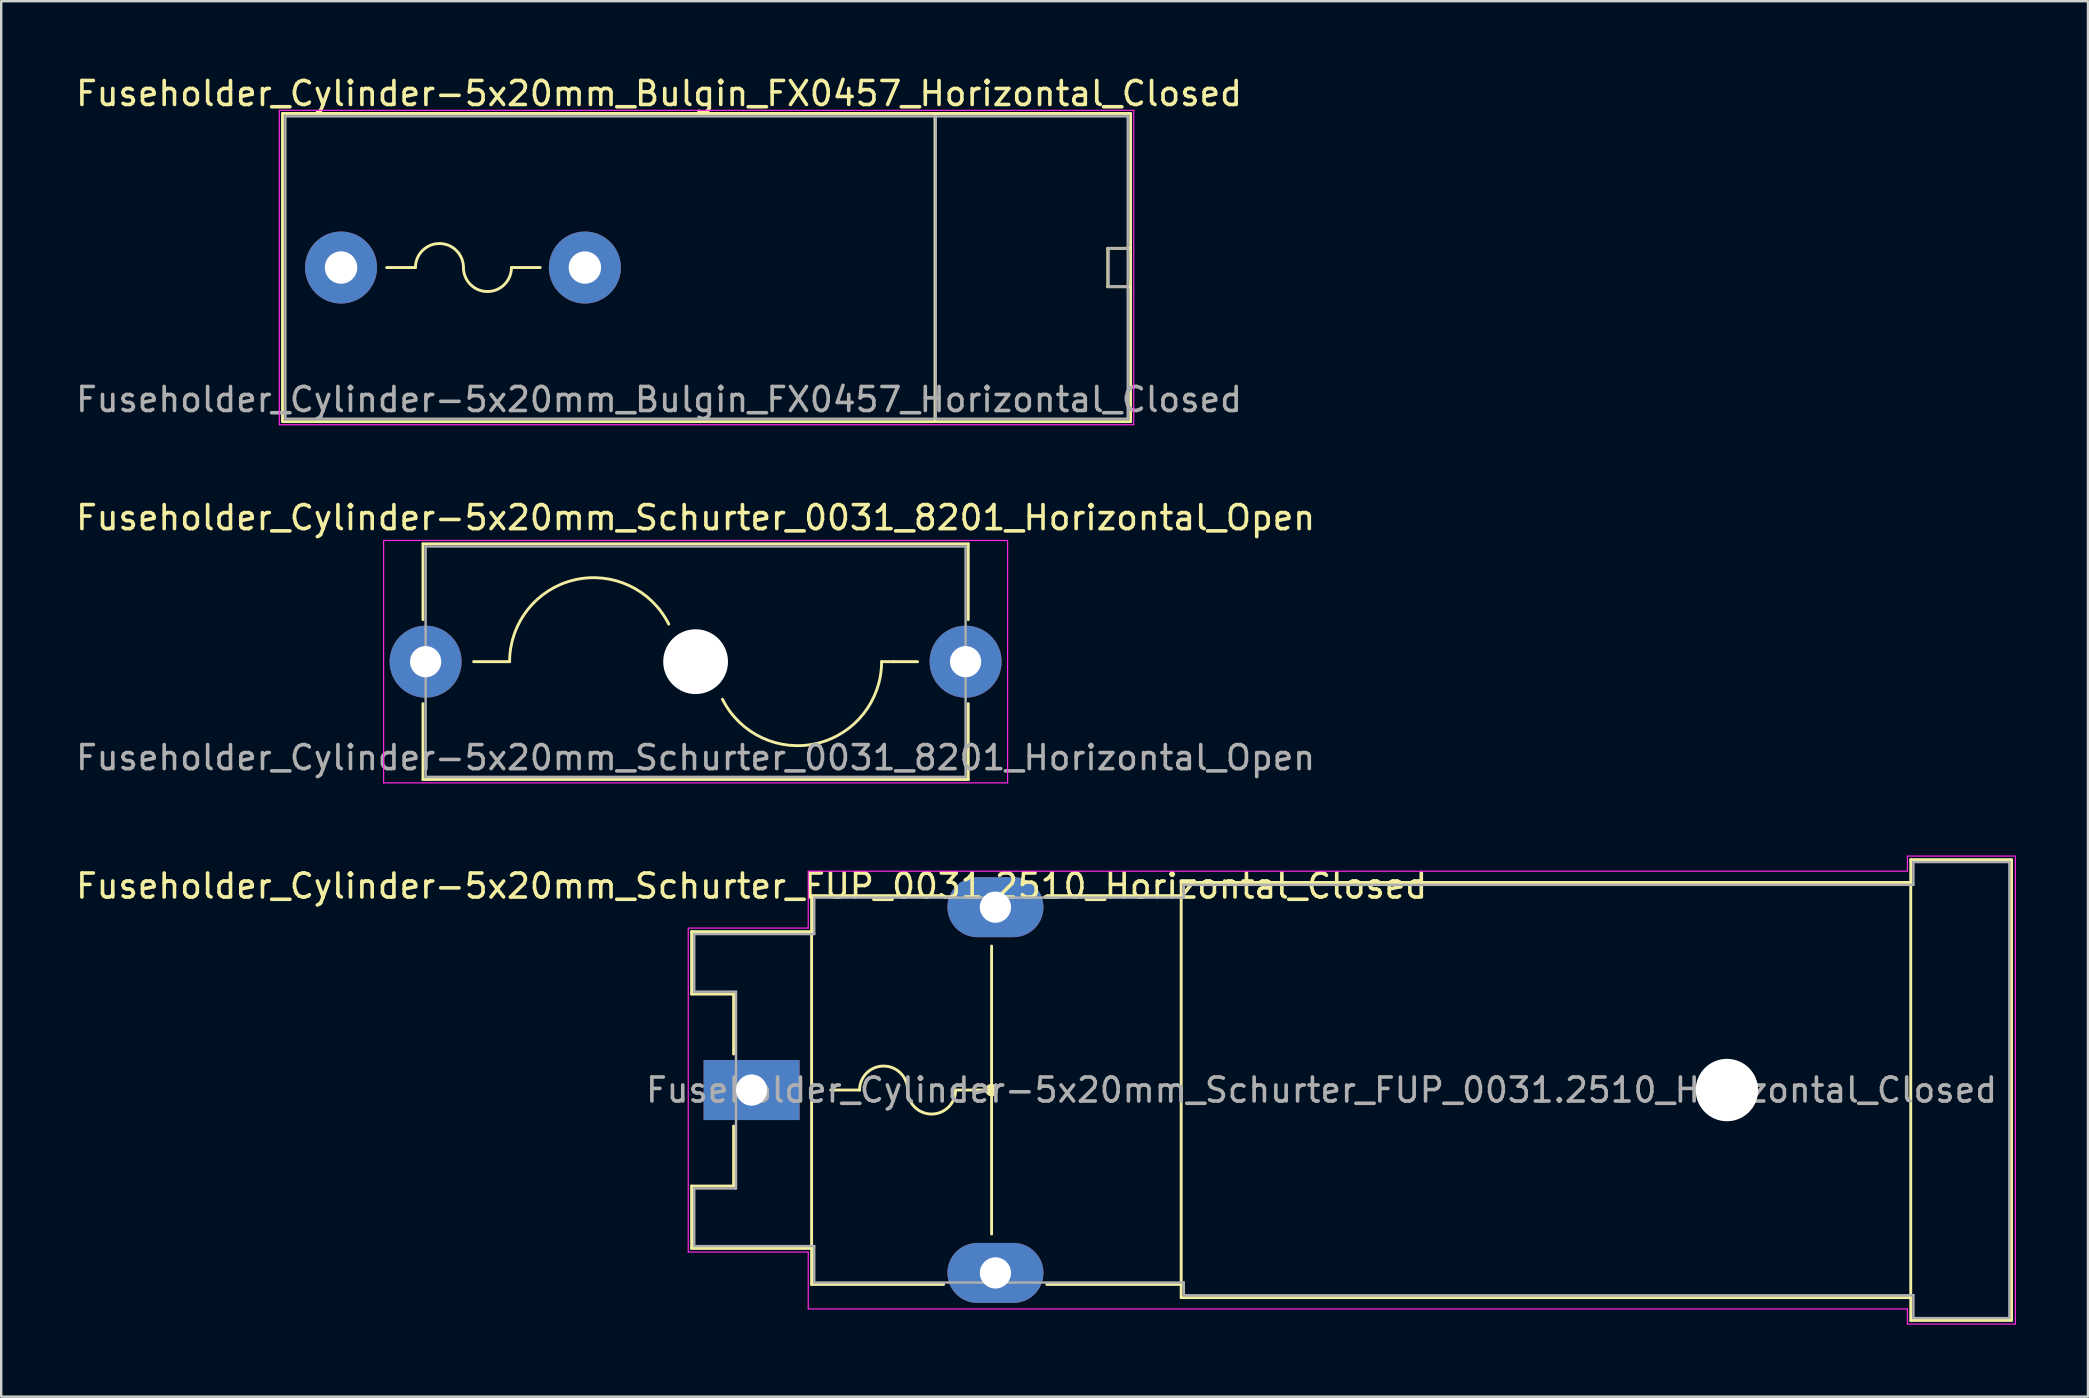
<source format=kicad_pcb>
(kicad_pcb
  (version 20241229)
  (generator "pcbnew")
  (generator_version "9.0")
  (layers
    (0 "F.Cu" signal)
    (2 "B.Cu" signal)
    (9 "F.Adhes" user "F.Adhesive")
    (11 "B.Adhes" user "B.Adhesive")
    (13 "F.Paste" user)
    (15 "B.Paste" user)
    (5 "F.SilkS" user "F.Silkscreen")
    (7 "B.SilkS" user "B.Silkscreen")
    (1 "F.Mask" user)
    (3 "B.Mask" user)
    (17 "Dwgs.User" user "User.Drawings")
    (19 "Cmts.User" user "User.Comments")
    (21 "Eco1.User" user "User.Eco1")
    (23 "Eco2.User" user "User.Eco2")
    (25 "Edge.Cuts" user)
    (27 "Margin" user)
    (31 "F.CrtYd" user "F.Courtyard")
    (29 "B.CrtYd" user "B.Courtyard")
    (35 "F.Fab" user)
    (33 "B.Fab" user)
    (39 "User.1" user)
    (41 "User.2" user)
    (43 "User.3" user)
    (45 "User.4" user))
  (footprint "Fuseholder_Cylinder-5x20mm_Schurter_0031_8201_Horizontal_Open"
    (layer "F.Cu")
    (at 14.685 24.521)
    (property "Reference" "Fuseholder_Cylinder-5x20mm_Schurter_0031_8201_Horizontal_Open" (at 11.25 -6 0) (layer "F.SilkS") (effects (font (size 1 1) (thickness 0.15))))
    (fp_line (start -0.11 -4.91) (end 22.61 -4.91) (stroke (width 0.12) (type solid)) (layer "F.SilkS"))
    (fp_line (start -0.11 -1.75) (end -0.11 -4.91) (stroke (width 0.12) (type solid)) (layer "F.SilkS"))
    (fp_line (start -0.11 4.91) (end -0.11 1.75) (stroke (width 0.12) (type solid)) (layer "F.SilkS"))
    (fp_line (start -0.11 4.91) (end 22.61 4.91) (stroke (width 0.12) (type solid)) (layer "F.SilkS"))
    (fp_line (start 2 0) (end 3.5 0) (stroke (width 0.12) (type solid)) (layer "F.SilkS"))
    (fp_line (start 19.5 0) (end 19 0) (stroke (width 0.12) (type solid)) (layer "F.SilkS"))
    (fp_line (start 20.5 0) (end 19.5 0) (stroke (width 0.12) (type solid)) (layer "F.SilkS"))
    (fp_line (start 22.61 -1.75) (end 22.61 -4.91) (stroke (width 0.12) (type solid)) (layer "F.SilkS"))
    (fp_line (start 22.61 4.91) (end 22.61 1.75) (stroke (width 0.12) (type solid)) (layer "F.SilkS"))
    (fp_arc (start 3.5 0) (mid 6.195865 -3.406371) (end 10.130495 -1.565248) (stroke (width 0.12) (type solid)) (layer "F.SilkS"))
    (fp_arc (start 19 0) (mid 16.304135 3.406371) (end 12.369505 1.565248) (stroke (width 0.12) (type solid)) (layer "F.SilkS"))
    (fp_line (start -1.75 -5.05) (end 24.25 -5.05) (stroke (width 0.05) (type solid)) (layer "F.CrtYd"))
    (fp_line (start -1.75 5.05) (end -1.75 -5.05) (stroke (width 0.05) (type solid)) (layer "F.CrtYd"))
    (fp_line (start 24.25 -5.05) (end 24.25 5.05) (stroke (width 0.05) (type solid)) (layer "F.CrtYd"))
    (fp_line (start 24.25 5.05) (end -1.75 5.05) (stroke (width 0.05) (type solid)) (layer "F.CrtYd"))
    (fp_line (start 0 -4.8) (end 0 4.8) (stroke (width 0.1) (type solid)) (layer "F.Fab"))
    (fp_line (start 0 4.8) (end 22.5 4.8) (stroke (width 0.1) (type solid)) (layer "F.Fab"))
    (fp_line (start 22.5 -4.8) (end 0 -4.8) (stroke (width 0.1) (type solid)) (layer "F.Fab"))
    (fp_line (start 22.5 4.8) (end 22.5 -4.8) (stroke (width 0.1) (type solid)) (layer "F.Fab"))
    (fp_text user "${REFERENCE}" (at 11.25 4 0) (layer "F.Fab") (effects (font (size 1 1) (thickness 0.15))))
    (pad "" np_thru_hole circle (at 11.25 0) (size 2.7 2.7) (drill 2.7) (layers "*.Cu" "*.Mask"))
    (pad "1" thru_hole circle (at 0 0) (size 3 3) (drill 1.3) (layers "*.Cu" "*.Mask"))
    (pad "2" thru_hole circle (at 22.5 0) (size 3 3) (drill 1.3) (layers "*.Cu" "*.Mask")))
  (footprint "Fuseholder_Cylinder-5x20mm_Bulgin_FX0457_Horizontal_Closed"
    (layer "F.Cu")
    (at 11.161 8.098)
    (property "Reference" "Fuseholder_Cylinder-5x20mm_Bulgin_FX0457_Horizontal_Closed" (at 13.25 -7.25 0) (layer "F.SilkS") (effects (font (size 1 1) (thickness 0.15))))
    (fp_line (start -2.44 -6.42) (end -2.44 6.42) (stroke (width 0.12) (type solid)) (layer "F.SilkS"))
    (fp_line (start -2.44 -6.42) (end 32.9 -6.42) (stroke (width 0.12) (type solid)) (layer "F.SilkS"))
    (fp_line (start 3.1 0) (end 1.9 0) (stroke (width 0.12) (type solid)) (layer "F.SilkS"))
    (fp_line (start 8.3 0) (end 7.1 0) (stroke (width 0.12) (type solid)) (layer "F.SilkS"))
    (fp_line (start 24.75 -6.4) (end 24.75 6.4) (stroke (width 0.12) (type solid)) (layer "F.SilkS"))
    (fp_line (start 31.95 -0.8) (end 31.95 0.8) (stroke (width 0.12) (type solid)) (layer "F.SilkS"))
    (fp_line (start 31.95 0.8) (end 32.85 0.8) (stroke (width 0.12) (type solid)) (layer "F.SilkS"))
    (fp_line (start 32.85 -0.8) (end 31.95 -0.8) (stroke (width 0.12) (type solid)) (layer "F.SilkS"))
    (fp_line (start 32.9 6.42) (end -2.44 6.42) (stroke (width 0.12) (type solid)) (layer "F.SilkS"))
    (fp_line (start 32.9 6.42) (end 32.9 -6.42) (stroke (width 0.12) (type solid)) (layer "F.SilkS"))
    (fp_arc (start 3.1 0) (mid 4.1 -1) (end 5.1 0) (stroke (width 0.12) (type solid)) (layer "F.SilkS"))
    (fp_arc (start 7.1 0) (mid 6.1 1) (end 5.1 0) (stroke (width 0.12) (type solid)) (layer "F.SilkS"))
    (fp_line (start -2.57 -6.55) (end -2.57 6.55) (stroke (width 0.05) (type solid)) (layer "F.CrtYd"))
    (fp_line (start -2.57 -6.55) (end 33.03 -6.55) (stroke (width 0.05) (type solid)) (layer "F.CrtYd"))
    (fp_line (start 33.03 6.55) (end -2.57 6.55) (stroke (width 0.05) (type solid)) (layer "F.CrtYd"))
    (fp_line (start 33.03 6.55) (end 33.03 -6.55) (stroke (width 0.05) (type solid)) (layer "F.CrtYd"))
    (fp_line (start -2.32 6.3) (end -2.32 -6.3) (stroke (width 0.1) (type solid)) (layer "F.Fab"))
    (fp_line (start -2.32 6.3) (end 32.78 6.3) (stroke (width 0.1) (type solid)) (layer "F.Fab"))
    (fp_line (start 24.78 6.3) (end 24.78 -6.3) (stroke (width 0.1) (type solid)) (layer "F.Fab"))
    (fp_line (start 31.98 -0.8) (end 31.98 0.8) (stroke (width 0.1) (type solid)) (layer "F.Fab"))
    (fp_line (start 31.98 0.8) (end 32.78 0.8) (stroke (width 0.1) (type solid)) (layer "F.Fab"))
    (fp_line (start 32.78 -6.3) (end -2.32 -6.3) (stroke (width 0.1) (type solid)) (layer "F.Fab"))
    (fp_line (start 32.78 -0.8) (end 31.98 -0.8) (stroke (width 0.1) (type solid)) (layer "F.Fab"))
    (fp_line (start 32.78 6.3) (end 32.78 -6.3) (stroke (width 0.1) (type solid)) (layer "F.Fab"))
    (fp_text user "${REFERENCE}" (at 13.25 5.5 0) (layer "F.Fab") (effects (font (size 1 1) (thickness 0.15))))
    (pad "1" thru_hole circle (at 0 0) (size 3 3) (drill 1.35) (layers "*.Cu" "*.Mask"))
    (pad "2" thru_hole circle (at 10.16 0) (size 3 3) (drill 1.35) (layers "*.Cu" "*.Mask")))
  (footprint "Fuseholder_Cylinder-5x20mm_Schurter_FUP_0031.2510_Horizontal_Closed"
    (layer "F.Cu")
    (at 28.268 42.371)
    (property "Reference" "Fuseholder_Cylinder-5x20mm_Schurter_FUP_0031.2510_Horizontal_Closed" (at 0 -8.5 0) (layer "F.SilkS") (effects (font (size 1 1) (thickness 0.15))))
    (fp_line (start -2.5 -6.6) (end 2.5 -6.6) (stroke (width 0.12) (type solid)) (layer "F.SilkS"))
    (fp_line (start -2.5 -4) (end -2.5 -6.6) (stroke (width 0.12) (type solid)) (layer "F.SilkS"))
    (fp_line (start -2.5 4) (end -0.75 4) (stroke (width 0.12) (type solid)) (layer "F.SilkS"))
    (fp_line (start -2.5 6.6) (end -2.5 4) (stroke (width 0.12) (type solid)) (layer "F.SilkS"))
    (fp_line (start -2.5 6.6) (end 2.5 6.6) (stroke (width 0.12) (type solid)) (layer "F.SilkS"))
    (fp_line (start -0.75 -4) (end -2.5 -4) (stroke (width 0.12) (type solid)) (layer "F.SilkS"))
    (fp_line (start -0.75 -1.5) (end -0.75 -4) (stroke (width 0.12) (type solid)) (layer "F.SilkS"))
    (fp_line (start -0.75 4) (end -0.75 1.5) (stroke (width 0.12) (type solid)) (layer "F.SilkS"))
    (fp_line (start 2.5 -8.1) (end 8 -8.1) (stroke (width 0.12) (type solid)) (layer "F.SilkS"))
    (fp_line (start 2.5 8.1) (end 2.5 -8.1) (stroke (width 0.12) (type solid)) (layer "F.SilkS"))
    (fp_line (start 2.5 8.1) (end 8 8.1) (stroke (width 0.12) (type solid)) (layer "F.SilkS"))
    (fp_line (start 4.5 0) (end 3.3 0) (stroke (width 0.12) (type solid)) (layer "F.SilkS"))
    (fp_line (start 9.7 0) (end 8.5 0) (stroke (width 0.12) (type solid)) (layer "F.SilkS"))
    (fp_line (start 9.7 0) (end 10 0) (stroke (width 0.12) (type solid)) (layer "F.SilkS"))
    (fp_line (start 10 0) (end 10 -6) (stroke (width 0.12) (type solid)) (layer "F.SilkS"))
    (fp_line (start 10 0) (end 10 6) (stroke (width 0.12) (type solid)) (layer "F.SilkS"))
    (fp_line (start 12.3 -8.1) (end 17.9 -8.1) (stroke (width 0.12) (type solid)) (layer "F.SilkS"))
    (fp_line (start 12.3 8.1) (end 17.9 8.1) (stroke (width 0.12) (type solid)) (layer "F.SilkS"))
    (fp_line (start 17.9 -8.65) (end 48.3 -8.65) (stroke (width 0.12) (type solid)) (layer "F.SilkS"))
    (fp_line (start 17.9 8.65) (end 17.9 -8.65) (stroke (width 0.12) (type solid)) (layer "F.SilkS"))
    (fp_line (start 17.9 8.65) (end 48.3 8.65) (stroke (width 0.12) (type solid)) (layer "F.SilkS"))
    (fp_line (start 48.3 -9.6) (end 52.5 -9.6) (stroke (width 0.12) (type solid)) (layer "F.SilkS"))
    (fp_line (start 48.3 9.6) (end 48.3 -9.6) (stroke (width 0.12) (type solid)) (layer "F.SilkS"))
    (fp_line (start 48.3 9.6) (end 52.5 9.6) (stroke (width 0.12) (type solid)) (layer "F.SilkS"))
    (fp_line (start 52.5 -9.6) (end 52.5 9.6) (stroke (width 0.12) (type solid)) (layer "F.SilkS"))
    (fp_arc (start 4.5 0) (mid 5.5 -1) (end 6.5 0) (stroke (width 0.12) (type solid)) (layer "F.SilkS"))
    (fp_arc (start 8.5 0) (mid 7.5 1) (end 6.5 0) (stroke (width 0.12) (type solid)) (layer "F.SilkS"))
    (fp_circle (center 10 0) (end 10.1 -0.025) (stroke (width 0.12) (type solid)) (fill no) (layer "F.SilkS"))
    (fp_circle (center 10 0) (end 10.175 -0.1) (stroke (width 0.12) (type solid)) (fill no) (layer "F.SilkS"))
    (fp_line (start -2.64 -6.75) (end 2.36 -6.75) (stroke (width 0.05) (type solid)) (layer "F.CrtYd"))
    (fp_line (start -2.64 6.75) (end -2.64 -6.75) (stroke (width 0.05) (type solid)) (layer "F.CrtYd"))
    (fp_line (start -2.64 6.75) (end 2.36 6.75) (stroke (width 0.05) (type solid)) (layer "F.CrtYd"))
    (fp_line (start 2.36 -9.12) (end 2.36 -6.75) (stroke (width 0.05) (type solid)) (layer "F.CrtYd"))
    (fp_line (start 2.36 -9.12) (end 48.16 -9.12) (stroke (width 0.05) (type solid)) (layer "F.CrtYd"))
    (fp_line (start 2.36 6.75) (end 2.36 9.12) (stroke (width 0.05) (type solid)) (layer "F.CrtYd"))
    (fp_line (start 48.16 -9.75) (end 48.16 -9.12) (stroke (width 0.05) (type solid)) (layer "F.CrtYd"))
    (fp_line (start 48.16 -9.75) (end 52.66 -9.75) (stroke (width 0.05) (type solid)) (layer "F.CrtYd"))
    (fp_line (start 48.16 9.12) (end 2.36 9.12) (stroke (width 0.05) (type solid)) (layer "F.CrtYd"))
    (fp_line (start 48.16 9.12) (end 48.16 9.75) (stroke (width 0.05) (type solid)) (layer "F.CrtYd"))
    (fp_line (start 48.16 9.75) (end 52.66 9.75) (stroke (width 0.05) (type solid)) (layer "F.CrtYd"))
    (fp_line (start 52.66 -9.75) (end 52.66 9.75) (stroke (width 0.05) (type solid)) (layer "F.CrtYd"))
    (fp_line (start -2.39 -4.1) (end -2.39 -6.5) (stroke (width 0.1) (type solid)) (layer "F.Fab"))
    (fp_line (start -2.39 -4.1) (end -0.65 -4.1) (stroke (width 0.1) (type solid)) (layer "F.Fab"))
    (fp_line (start -2.39 4.1) (end -2.39 6.5) (stroke (width 0.1) (type solid)) (layer "F.Fab"))
    (fp_line (start -2.39 6.5) (end 2.61 6.5) (stroke (width 0.1) (type solid)) (layer "F.Fab"))
    (fp_line (start -0.65 -4.1) (end -0.65 4.1) (stroke (width 0.1) (type solid)) (layer "F.Fab"))
    (fp_line (start -0.65 4.1) (end -2.39 4.1) (stroke (width 0.1) (type solid)) (layer "F.Fab"))
    (fp_line (start 2.61 -8.02) (end 2.61 -6.5) (stroke (width 0.1) (type solid)) (layer "F.Fab"))
    (fp_line (start 2.61 -6.5) (end -2.39 -6.5) (stroke (width 0.1) (type solid)) (layer "F.Fab"))
    (fp_line (start 2.61 6.5) (end 2.61 8.02) (stroke (width 0.1) (type solid)) (layer "F.Fab"))
    (fp_line (start 2.61 8.02) (end 18.01 8.02) (stroke (width 0.1) (type solid)) (layer "F.Fab"))
    (fp_line (start 18.01 -8.55) (end 18.01 -8.02) (stroke (width 0.1) (type solid)) (layer "F.Fab"))
    (fp_line (start 18.01 -8.02) (end 2.61 -8.02) (stroke (width 0.1) (type solid)) (layer "F.Fab"))
    (fp_line (start 18.01 8.02) (end 18.01 8.55) (stroke (width 0.1) (type solid)) (layer "F.Fab"))
    (fp_line (start 18.01 8.55) (end 48.41 8.55) (stroke (width 0.1) (type solid)) (layer "F.Fab"))
    (fp_line (start 48.41 -9.5) (end 48.41 -8.55) (stroke (width 0.1) (type solid)) (layer "F.Fab"))
    (fp_line (start 48.41 -8.55) (end 18.01 -8.55) (stroke (width 0.1) (type solid)) (layer "F.Fab"))
    (fp_line (start 48.41 8.55) (end 48.41 9.5) (stroke (width 0.1) (type solid)) (layer "F.Fab"))
    (fp_line (start 48.41 9.5) (end 52.41 9.5) (stroke (width 0.1) (type solid)) (layer "F.Fab"))
    (fp_line (start 52.41 -9.5) (end 48.41 -9.5) (stroke (width 0.1) (type solid)) (layer "F.Fab"))
    (fp_line (start 52.41 -9.5) (end 52.41 9.5) (stroke (width 0.1) (type solid)) (layer "F.Fab"))
    (fp_text user "${REFERENCE}" (at 23.75 0 0) (layer "F.Fab") (effects (font (size 1 1) (thickness 0.15))))
    (pad "" np_thru_hole circle (at 40.64 0) (size 2.6 2.6) (drill 2.6) (layers "*.Cu" "*.Mask"))
    (pad "1" thru_hole rect (at 0 0) (size 4 2.5) (drill 1.3) (layers "*.Cu" "*.Mask"))
    (pad "2" thru_hole oval (at 10.16 -7.62) (size 4 2.5) (drill 1.3) (layers "*.Cu" "*.Mask"))
    (pad "2" thru_hole oval (at 10.16 7.62) (size 4 2.5) (drill 1.3) (layers "*.Cu" "*.Mask")))
  (gr_rect
    (start -3 -3)
    (end 83.953 55.147)
    (stroke (width 0.1) (type default))
    (fill no)
    (layer "Edge.Cuts")))
</source>
